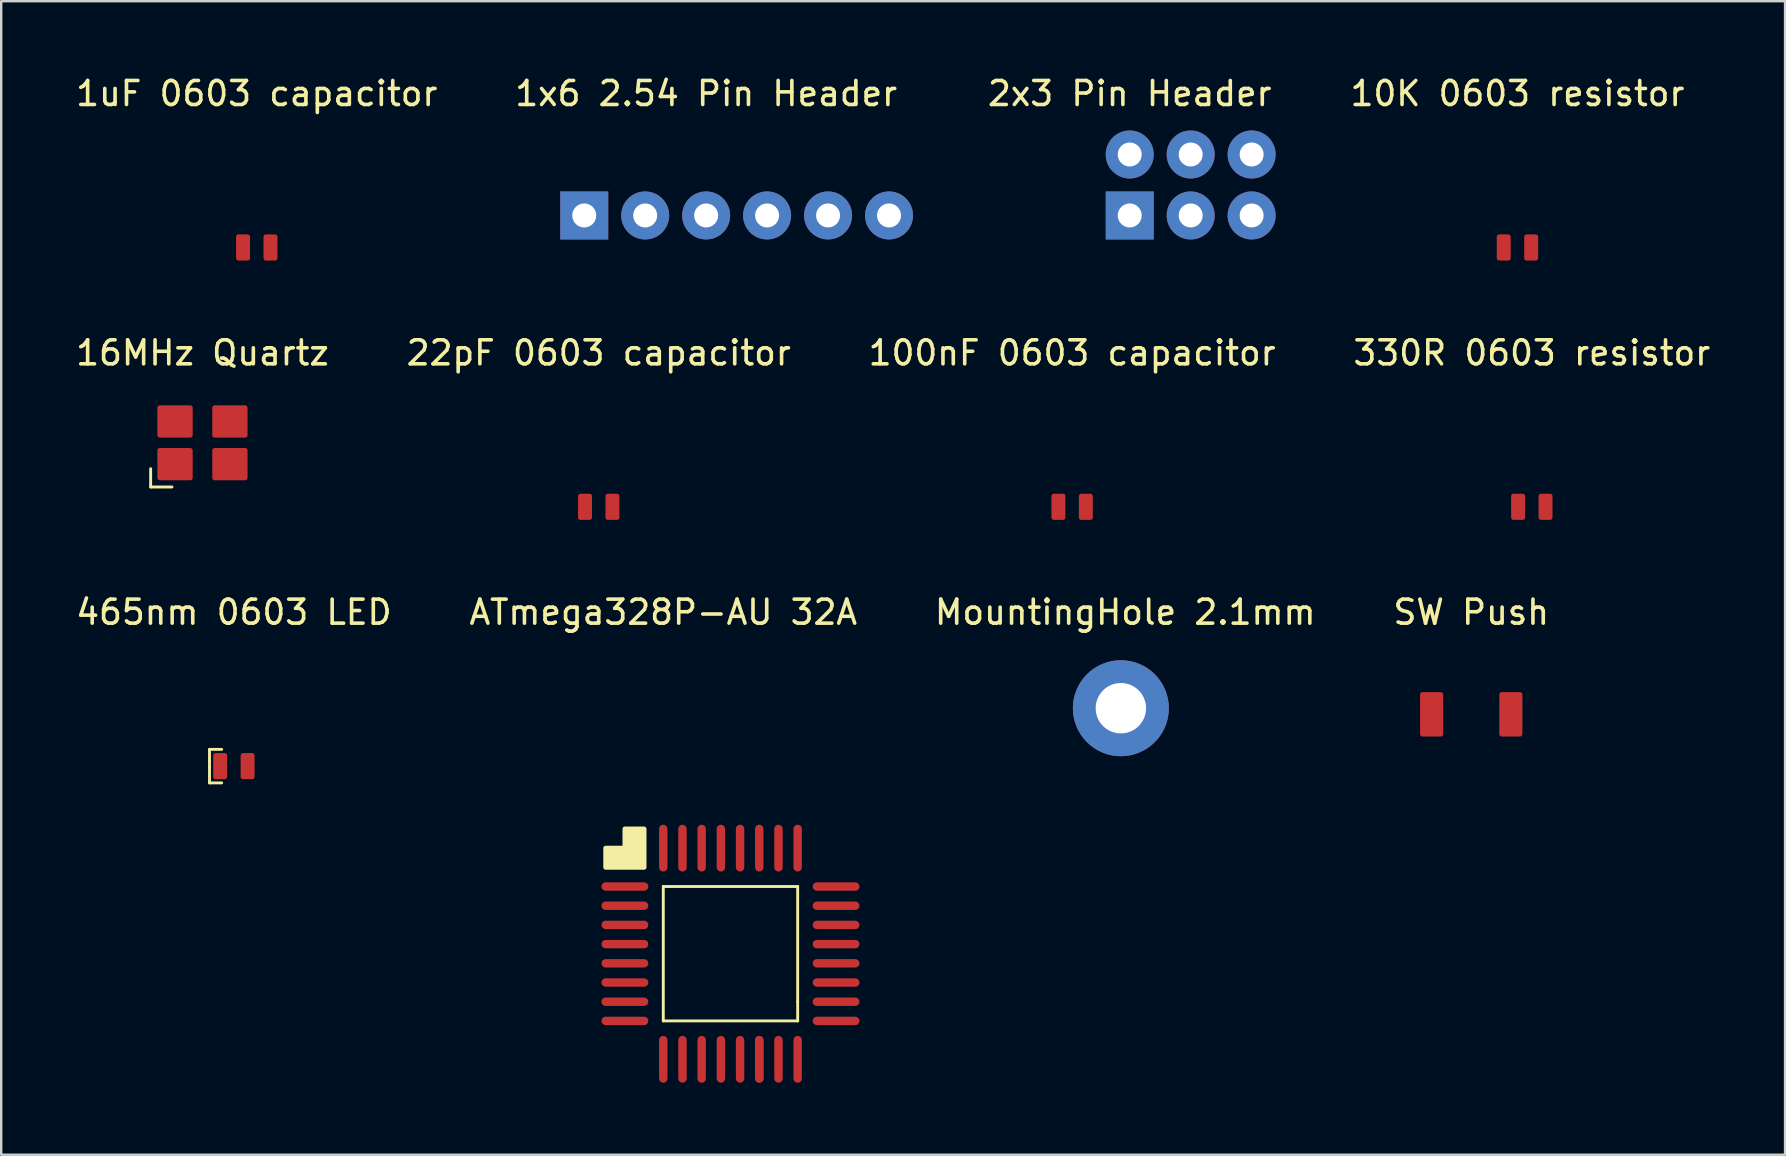
<source format=kicad_pcb>
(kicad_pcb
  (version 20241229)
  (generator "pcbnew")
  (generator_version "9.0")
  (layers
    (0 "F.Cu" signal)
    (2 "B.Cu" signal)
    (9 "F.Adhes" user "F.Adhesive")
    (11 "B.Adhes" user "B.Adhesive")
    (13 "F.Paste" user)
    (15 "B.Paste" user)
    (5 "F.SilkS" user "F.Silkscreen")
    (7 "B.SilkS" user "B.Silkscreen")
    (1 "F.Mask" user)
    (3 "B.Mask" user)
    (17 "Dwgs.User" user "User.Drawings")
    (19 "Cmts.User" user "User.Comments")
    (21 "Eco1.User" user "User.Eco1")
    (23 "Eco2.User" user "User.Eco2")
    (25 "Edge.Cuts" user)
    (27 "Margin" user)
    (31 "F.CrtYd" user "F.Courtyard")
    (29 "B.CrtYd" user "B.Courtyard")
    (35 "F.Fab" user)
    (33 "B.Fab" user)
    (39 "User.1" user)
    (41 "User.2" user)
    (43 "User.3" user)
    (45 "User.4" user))
  (footprint "22pF 0603 capacitor"
    (layer "F.Cu")
    (at 21.899 18.005)
    (property "Reference" "22pF 0603 capacitor" (at 0 -6.35 0) (layer "F.SilkS") (effects (font (size 1 1) (thickness 0.15))))
    (attr through_hole)
    (fp_poly (pts (xy -0.381 0.508) (xy -0.762 0.508) (xy -0.762 -0.381) (xy -0.381 -0.381)) (stroke (width 0.2) (type solid)) (fill yes) (layer "F.Cu"))
    (fp_poly (pts (xy 0.762 0.508) (xy 0.381 0.508) (xy 0.381 -0.381) (xy 0.762 -0.381)) (stroke (width 0.2) (type solid)) (fill yes) (layer "F.Cu")))
  (footprint "10K 0603 resistor"
    (layer "F.Cu")
    (at 60.182 7.198)
    (property "Reference" "10K 0603 resistor" (at 0 -6.35 0) (layer "F.SilkS") (effects (font (size 1 1) (thickness 0.15))))
    (attr through_hole)
    (fp_poly (pts (xy -0.381 0.508) (xy -0.762 0.508) (xy -0.762 -0.381) (xy -0.381 -0.381)) (stroke (width 0.2) (type solid)) (fill yes) (layer "F.Cu"))
    (fp_poly (pts (xy 0.762 0.508) (xy 0.381 0.508) (xy 0.381 -0.381) (xy 0.762 -0.381)) (stroke (width 0.2) (type solid)) (fill yes) (layer "F.Cu")))
  (footprint "16MHz Quartz"
    (layer "F.Cu")
    (at 5.387 16.227)
    (property "Reference" "16MHz Quartz" (at 0 -4.572 0) (layer "F.SilkS") (effects (font (size 1 1) (thickness 0.15))))
    (attr through_hole)
    (fp_poly (pts (xy -0.508 -1.143) (xy -1.778 -1.143) (xy -1.778 -2.286) (xy -0.508 -2.286)) (stroke (width 0.2) (type solid)) (fill yes) (layer "F.Cu"))
    (fp_poly (pts (xy -0.508 0.635) (xy -1.778 0.635) (xy -1.778 -0.508) (xy -0.508 -0.508)) (stroke (width 0.2) (type solid)) (fill yes) (layer "F.Cu"))
    (fp_poly (pts (xy 1.778 -1.143) (xy 0.508 -1.143) (xy 0.508 -2.286) (xy 1.778 -2.286)) (stroke (width 0.2) (type solid)) (fill yes) (layer "F.Cu"))
    (fp_poly (pts (xy 1.778 0.635) (xy 0.508 0.635) (xy 0.508 -0.508) (xy 1.778 -0.508)) (stroke (width 0.2) (type solid)) (fill yes) (layer "F.Cu"))
    (fp_line (start -2.159 1.016) (end -2.159 0.254) (stroke (width 0.12) (type solid)) (layer "F.SilkS"))
    (fp_line (start -1.27 1.016) (end -2.159 1.016) (stroke (width 0.12) (type solid)) (layer "F.SilkS")))
  (footprint "1uF 0603 capacitor"
    (layer "F.Cu")
    (at 7.649 7.198)
    (property "Reference" "1uF 0603 capacitor" (at 0 -6.35 0) (layer "F.SilkS") (effects (font (size 1 1) (thickness 0.15))))
    (attr through_hole)
    (fp_poly (pts (xy -0.381 0.508) (xy -0.762 0.508) (xy -0.762 -0.381) (xy -0.381 -0.381)) (stroke (width 0.2) (type solid)) (fill yes) (layer "F.Cu"))
    (fp_poly (pts (xy 0.762 0.508) (xy 0.381 0.508) (xy 0.381 -0.381) (xy 0.762 -0.381)) (stroke (width 0.2) (type solid)) (fill yes) (layer "F.Cu")))
  (footprint "1x6 2.54 Pin Header"
    (layer "F.Cu")
    (at 26.375 5.928)
    (property "Reference" "1x6 2.54 Pin Header" (at 0 -5.08 0) (layer "F.SilkS") (effects (font (size 1 1) (thickness 0.15))))
    (attr through_hole)
    (pad "1" thru_hole rect (at -5.08 0) (size 2 2) (drill 1) (layers "*.Cu" "*.Mask"))
    (pad "2" thru_hole circle (at -2.54 0) (size 2 2) (drill 1) (layers "*.Cu" "*.Mask"))
    (pad "3" thru_hole circle (at 0 0) (size 2 2) (drill 1) (layers "*.Cu" "*.Mask"))
    (pad "4" thru_hole circle (at 2.54 0) (size 2 2) (drill 1) (layers "*.Cu" "*.Mask"))
    (pad "5" thru_hole circle (at 5.08 0) (size 2 2) (drill 1) (layers "*.Cu" "*.Mask"))
    (pad "6" thru_hole circle (at 7.62 0) (size 2 2) (drill 1) (layers "*.Cu" "*.Mask")))
  (footprint "SW Push"
    (layer "F.Cu")
    (at 58.256 27.541)
    (property "Reference" "SW Push" (at 0 -5.08 0) (layer "F.SilkS") (effects (font (size 1 1) (thickness 0.15))))
    (attr through_hole)
    (fp_poly (pts (xy -1.27 0) (xy -2.032 0) (xy -2.032 -1.651) (xy -1.27 -1.651)) (stroke (width 0.2) (type solid)) (fill yes) (layer "F.Cu"))
    (fp_poly (pts (xy 2.032 0) (xy 1.27 0) (xy 1.27 -1.651) (xy 2.032 -1.651)) (stroke (width 0.2) (type solid)) (fill yes) (layer "F.Cu")))
  (footprint "465nm 0603 LED"
    (layer "F.Cu")
    (at 6.696 28.811)
    (property "Reference" "465nm 0603 LED" (at 0 -6.35 0) (layer "F.SilkS") (effects (font (size 1 1) (thickness 0.15))))
    (attr through_hole)
    (fp_poly (pts (xy -0.381 0.508) (xy -0.762 0.508) (xy -0.762 -0.381) (xy -0.381 -0.381)) (stroke (width 0.2) (type solid)) (fill yes) (layer "F.Cu"))
    (fp_poly (pts (xy 0.762 0.508) (xy 0.381 0.508) (xy 0.381 -0.381) (xy 0.762 -0.381)) (stroke (width 0.2) (type solid)) (fill yes) (layer "F.Cu"))
    (fp_line (start -1.016 -0.635) (end -1.016 -0.127) (stroke (width 0.12) (type solid)) (layer "F.SilkS"))
    (fp_line (start -1.016 0.127) (end -1.016 -0.127) (stroke (width 0.12) (type solid)) (layer "F.SilkS"))
    (fp_line (start -1.016 0.127) (end -1.016 0.762) (stroke (width 0.12) (type solid)) (layer "F.SilkS"))
    (fp_line (start -1.016 0.762) (end -0.508 0.762) (stroke (width 0.12) (type solid)) (layer "F.SilkS"))
    (fp_line (start -0.508 -0.635) (end -1.016 -0.635) (stroke (width 0.12) (type solid)) (layer "F.SilkS")))
  (footprint "MountingHole 2.1mm"
    (layer "F.Cu")
    (at 43.656 26.461)
    (property "Reference" "MountingHole 2.1mm" (at 0.183 -4 0) (layer "F.SilkS") (effects (font (size 1 1) (thickness 0.15))))
    (attr through_hole)
    (pad "11" thru_hole circle (at 0 0) (size 4 4) (drill 2.1) (layers "*.Cu" "*.Mask")))
  (footprint "100nF 0603 capacitor"
    (layer "F.Cu")
    (at 41.625 18.005)
    (property "Reference" "100nF 0603 capacitor" (at 0 -6.35 0) (layer "F.SilkS") (effects (font (size 1 1) (thickness 0.15))))
    (attr through_hole)
    (fp_poly (pts (xy -0.381 0.508) (xy -0.762 0.508) (xy -0.762 -0.381) (xy -0.381 -0.381)) (stroke (width 0.2) (type solid)) (fill yes) (layer "F.Cu"))
    (fp_poly (pts (xy 0.762 0.508) (xy 0.381 0.508) (xy 0.381 -0.381) (xy 0.762 -0.381)) (stroke (width 0.2) (type solid)) (fill yes) (layer "F.Cu")))
  (footprint "ATmega328P-AU 32A"
    (layer "F.Cu")
    (at 24.589 33.891)
    (property "Reference" "ATmega328P-AU 32A" (at 0 -11.43 0) (layer "F.SilkS") (effects (font (size 1 1) (thickness 0.15))))
    (attr through_hole)
    (fp_line (start -0.8 0) (end -2.4 0) (stroke (width 0.35) (type solid)) (layer "F.Cu"))
    (fp_line (start -0.8 0.8) (end -2.4 0.8) (stroke (width 0.35) (type solid)) (layer "F.Cu"))
    (fp_line (start -0.8 1.6) (end -2.4 1.6) (stroke (width 0.35) (type solid)) (layer "F.Cu"))
    (fp_line (start -0.8 2.4) (end -2.4 2.4) (stroke (width 0.35) (type solid)) (layer "F.Cu"))
    (fp_line (start -0.8 3.2) (end -2.4 3.2) (stroke (width 0.35) (type solid)) (layer "F.Cu"))
    (fp_line (start -0.8 4) (end -2.4 4) (stroke (width 0.35) (type solid)) (layer "F.Cu"))
    (fp_line (start -0.8 4.8) (end -2.4 4.8) (stroke (width 0.35) (type solid)) (layer "F.Cu"))
    (fp_line (start -0.8 5.6) (end -2.4 5.6) (stroke (width 0.35) (type solid)) (layer "F.Cu"))
    (fp_line (start 0 -0.8) (end 0 -2.4) (stroke (width 0.35) (type solid)) (layer "F.Cu"))
    (fp_line (start 0 8) (end 0 6.4) (stroke (width 0.35) (type solid)) (layer "F.Cu"))
    (fp_line (start 0.8 -0.8) (end 0.8 -2.4) (stroke (width 0.35) (type solid)) (layer "F.Cu"))
    (fp_line (start 0.8 8) (end 0.8 6.4) (stroke (width 0.35) (type solid)) (layer "F.Cu"))
    (fp_line (start 1.6 -0.8) (end 1.6 -2.4) (stroke (width 0.35) (type solid)) (layer "F.Cu"))
    (fp_line (start 1.6 8) (end 1.6 6.4) (stroke (width 0.35) (type solid)) (layer "F.Cu"))
    (fp_line (start 2.4 -0.8) (end 2.4 -2.4) (stroke (width 0.35) (type solid)) (layer "F.Cu"))
    (fp_line (start 2.4 8) (end 2.4 6.4) (stroke (width 0.35) (type solid)) (layer "F.Cu"))
    (fp_line (start 3.2 -0.8) (end 3.2 -2.4) (stroke (width 0.35) (type solid)) (layer "F.Cu"))
    (fp_line (start 3.2 8) (end 3.2 6.4) (stroke (width 0.35) (type solid)) (layer "F.Cu"))
    (fp_line (start 4 -0.8) (end 4 -2.4) (stroke (width 0.35) (type solid)) (layer "F.Cu"))
    (fp_line (start 4 8) (end 4 6.4) (stroke (width 0.35) (type solid)) (layer "F.Cu"))
    (fp_line (start 4 8) (end 4 6.4) (stroke (width 0.35) (type solid)) (layer "F.Cu"))
    (fp_line (start 4.8 -0.8) (end 4.8 -2.4) (stroke (width 0.35) (type solid)) (layer "F.Cu"))
    (fp_line (start 4.8 8) (end 4.8 6.4) (stroke (width 0.35) (type solid)) (layer "F.Cu"))
    (fp_line (start 5.6 -0.8) (end 5.6 -2.4) (stroke (width 0.35) (type solid)) (layer "F.Cu"))
    (fp_line (start 5.6 8) (end 5.6 6.4) (stroke (width 0.35) (type solid)) (layer "F.Cu"))
    (fp_line (start 8 0) (end 6.4 0) (stroke (width 0.35) (type solid)) (layer "F.Cu"))
    (fp_line (start 8 0.8) (end 6.4 0.8) (stroke (width 0.35) (type solid)) (layer "F.Cu"))
    (fp_line (start 8 1.6) (end 6.4 1.6) (stroke (width 0.35) (type solid)) (layer "F.Cu"))
    (fp_line (start 8 2.4) (end 6.4 2.4) (stroke (width 0.35) (type solid)) (layer "F.Cu"))
    (fp_line (start 8 3.2) (end 6.4 3.2) (stroke (width 0.35) (type solid)) (layer "F.Cu"))
    (fp_line (start 8 4) (end 6.4 4) (stroke (width 0.35) (type solid)) (layer "F.Cu"))
    (fp_line (start 8 4.8) (end 6.4 4.8) (stroke (width 0.35) (type solid)) (layer "F.Cu"))
    (fp_line (start 8 5.6) (end 6.4 5.6) (stroke (width 0.35) (type solid)) (layer "F.Cu"))
    (fp_line (start -2.4 -1.6) (end -1.6 -1.6) (stroke (width 0.12) (type solid)) (layer "F.SilkS"))
    (fp_line (start -2.4 -0.8) (end -2.4 -1.6) (stroke (width 0.12) (type solid)) (layer "F.SilkS"))
    (fp_line (start -1.6 -2.4) (end -0.8 -2.4) (stroke (width 0.12) (type solid)) (layer "F.SilkS"))
    (fp_line (start -1.6 -1.6) (end -1.6 -2.4) (stroke (width 0.12) (type solid)) (layer "F.SilkS"))
    (fp_line (start -0.8 -2.4) (end -0.8 -0.8) (stroke (width 0.12) (type solid)) (layer "F.SilkS"))
    (fp_line (start -0.8 -0.8) (end -2.4 -0.8) (stroke (width 0.12) (type solid)) (layer "F.SilkS"))
    (fp_line (start 0 0) (end 5.6 0) (stroke (width 0.12) (type solid)) (layer "F.SilkS"))
    (fp_line (start 0 5.6) (end 0 0) (stroke (width 0.12) (type solid)) (layer "F.SilkS"))
    (fp_line (start 5.6 0) (end 5.6 4.8) (stroke (width 0.12) (type solid)) (layer "F.SilkS"))
    (fp_line (start 5.6 4.8) (end 5.6 5.6) (stroke (width 0.12) (type solid)) (layer "F.SilkS"))
    (fp_line (start 5.6 5.6) (end 0 5.6) (stroke (width 0.12) (type solid)) (layer "F.SilkS"))
    (fp_poly (pts (xy -0.8 -0.8) (xy -2.4 -0.8) (xy -2.4 -1.6) (xy -1.6 -1.6) (xy -1.6 -2.4) (xy -0.8 -2.4)) (stroke (width 0.2) (type solid)) (fill yes) (layer "F.SilkS")))
  (footprint "330R 0603 resistor"
    (layer "F.Cu")
    (at 60.78 18.005)
    (property "Reference" "330R 0603 resistor" (at 0 -6.35 0) (layer "F.SilkS") (effects (font (size 1 1) (thickness 0.15))))
    (attr through_hole)
    (fp_poly (pts (xy -0.381 0.508) (xy -0.762 0.508) (xy -0.762 -0.381) (xy -0.381 -0.381)) (stroke (width 0.2) (type solid)) (fill yes) (layer "F.Cu"))
    (fp_poly (pts (xy 0.762 0.508) (xy 0.381 0.508) (xy 0.381 -0.381) (xy 0.762 -0.381)) (stroke (width 0.2) (type solid)) (fill yes) (layer "F.Cu")))
  (footprint "2x3 Pin Header"
    (layer "F.Cu")
    (at 44.025 5.928)
    (property "Reference" "2x3 Pin Header" (at 0 -5.08 0) (layer "F.SilkS") (effects (font (size 1 1) (thickness 0.15))))
    (attr through_hole)
    (pad "1" thru_hole rect (at 0 0) (size 2 2) (drill 1) (layers "*.Cu" "*.Mask"))
    (pad "2" thru_hole circle (at 2.54 0) (size 2 2) (drill 1) (layers "*.Cu" "*.Mask"))
    (pad "3" thru_hole circle (at 5.08 0) (size 2 2) (drill 1) (layers "*.Cu" "*.Mask"))
    (pad "4" thru_hole circle (at 5.08 -2.54) (size 2 2) (drill 1) (layers "*.Cu" "*.Mask"))
    (pad "5" thru_hole circle (at 2.54 -2.54) (size 2 2) (drill 1) (layers "*.Cu" "*.Mask"))
    (pad "6" thru_hole circle (at 0 -2.54) (size 2 2) (drill 1) (layers "*.Cu" "*.Mask")))
  (gr_rect
    (start -3 -3)
    (end 71.333 45.066)
    (stroke (width 0.1) (type default))
    (fill no)
    (layer "Edge.Cuts")))
</source>
